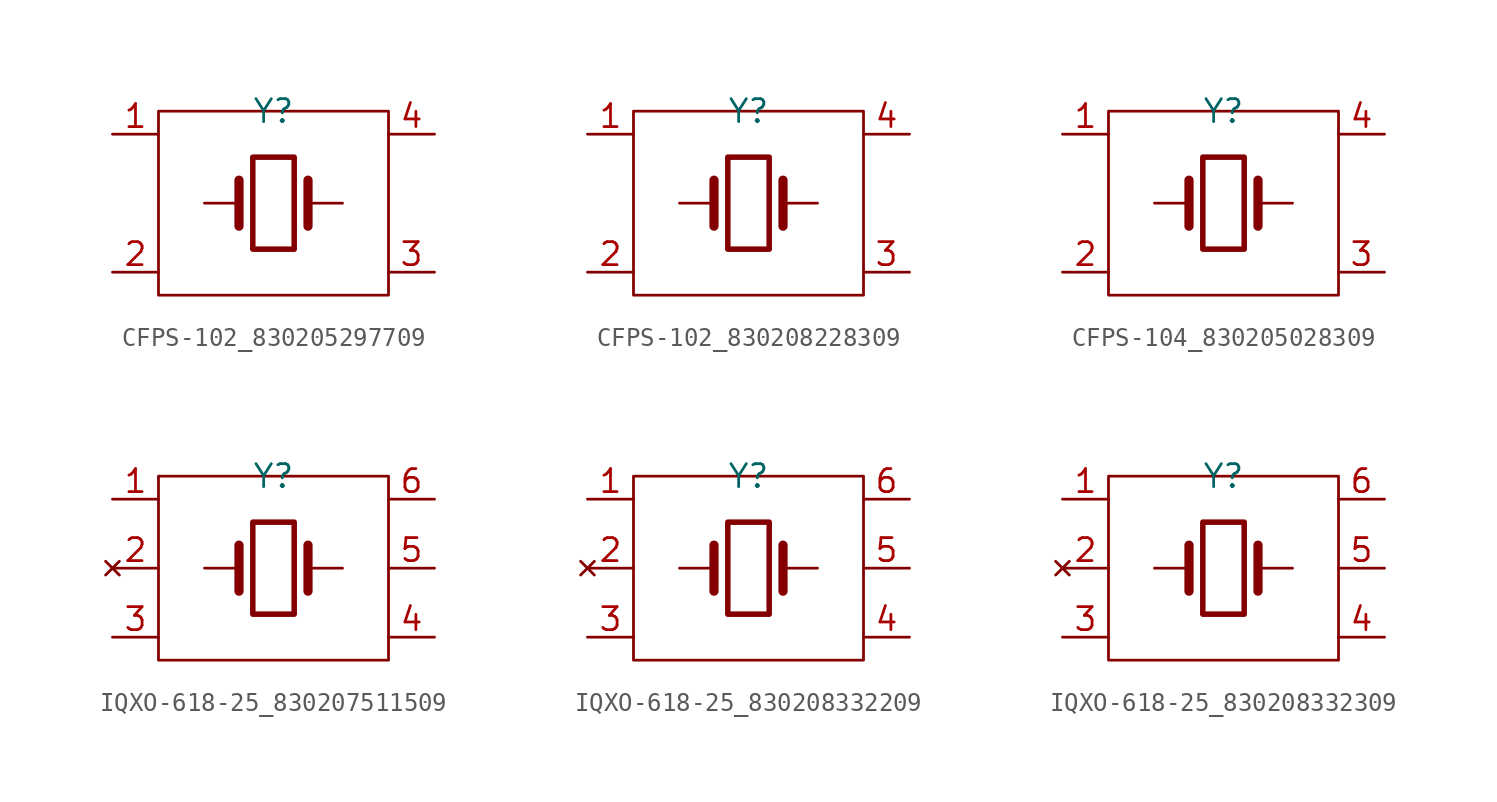
<source format=kicad_sym>
(kicad_symbol_lib
  (version 20220914)
  (generator kicad_symbol_editor)
  (symbol "CFPS-102_830205297709"
    (pin_names hide)
    (property "Reference" "Y"
      (at 0 5.08 0)
      (effects (font (size 1.27 1.27))))
    (property "Critical Parameter" ""
      (at 0 -5.08 0)
      (effects (font (size 1.27 1.27)) (justify left)))
    (symbol "CFPS-102_830205297709_0_1"
      (rectangle (start -6.35 5.08) (end 6.35 -5.08) (stroke (width 0) (type default)) (fill (type none)))
      (rectangle (start -1.143 2.54) (end 1.143 -2.54) (stroke (width 0.305) (type default)) (fill (type none)))
      (polyline (pts (xy -3.81 0) (xy -1.905 0)) (stroke (width 0) (type default)) (fill (type none)))
      (polyline (pts (xy -1.905 -1.27) (xy -1.905 1.27)) (stroke (width 0.508) (type default)) (fill (type none)))
      (polyline (pts (xy 1.905 -1.27) (xy 1.905 1.27)) (stroke (width 0.508) (type default)) (fill (type none)))
      (polyline (pts (xy 3.81 0) (xy 1.905 0)) (stroke (width 0) (type default)) (fill (type none))))
    (symbol "CFPS-102_830205297709_1_1"
      (pin passive line (at -8.89 3.81 0) (length 2.54) (name "SO" (effects (font (size 1.27 1.27)))) (number "1" (effects (font (size 1.27 1.27)))))
      (pin passive line (at -8.89 -3.81 0) (length 2.54) (name "GND" (effects (font (size 1.27 1.27)))) (number "2" (effects (font (size 1.27 1.27)))))
      (pin passive line (at 8.89 -3.81 180) (length 2.54) (name "OUT" (effects (font (size 1.27 1.27)))) (number "3" (effects (font (size 1.27 1.27)))))
      (pin passive line (at 8.89 3.81 180) (length 2.54) (name "+VS" (effects (font (size 1.27 1.27)))) (number "4" (effects (font (size 1.27 1.27)))))))
  (symbol "CFPS-102_830208228309"
    (pin_names hide)
    (property "Reference" "Y"
      (at 0 5.08 0)
      (effects (font (size 1.27 1.27))))
    (property "Critical Parameter" ""
      (at 0 -5.08 0)
      (effects (font (size 1.27 1.27)) (justify left)))
    (symbol "CFPS-102_830208228309_0_1"
      (rectangle (start -6.35 5.08) (end 6.35 -5.08) (stroke (width 0) (type default)) (fill (type none)))
      (rectangle (start -1.143 2.54) (end 1.143 -2.54) (stroke (width 0.305) (type default)) (fill (type none)))
      (polyline (pts (xy -3.81 0) (xy -1.905 0)) (stroke (width 0) (type default)) (fill (type none)))
      (polyline (pts (xy -1.905 -1.27) (xy -1.905 1.27)) (stroke (width 0.508) (type default)) (fill (type none)))
      (polyline (pts (xy 1.905 -1.27) (xy 1.905 1.27)) (stroke (width 0.508) (type default)) (fill (type none)))
      (polyline (pts (xy 3.81 0) (xy 1.905 0)) (stroke (width 0) (type default)) (fill (type none))))
    (symbol "CFPS-102_830208228309_1_1"
      (pin passive line (at -8.89 3.81 0) (length 2.54) (name "SO" (effects (font (size 1.27 1.27)))) (number "1" (effects (font (size 1.27 1.27)))))
      (pin passive line (at -8.89 -3.81 0) (length 2.54) (name "GND" (effects (font (size 1.27 1.27)))) (number "2" (effects (font (size 1.27 1.27)))))
      (pin passive line (at 8.89 -3.81 180) (length 2.54) (name "OUT" (effects (font (size 1.27 1.27)))) (number "3" (effects (font (size 1.27 1.27)))))
      (pin passive line (at 8.89 3.81 180) (length 2.54) (name "+VS" (effects (font (size 1.27 1.27)))) (number "4" (effects (font (size 1.27 1.27)))))))
  (symbol "CFPS-104_830205028309"
    (pin_names hide)
    (property "Reference" "Y"
      (at 0 5.08 0)
      (effects (font (size 1.27 1.27))))
    (property "Critical Parameter" ""
      (at 0 -5.08 0)
      (effects (font (size 1.27 1.27)) (justify left)))
    (symbol "CFPS-104_830205028309_0_1"
      (rectangle (start -6.35 5.08) (end 6.35 -5.08) (stroke (width 0) (type default)) (fill (type none)))
      (rectangle (start -1.143 2.54) (end 1.143 -2.54) (stroke (width 0.305) (type default)) (fill (type none)))
      (polyline (pts (xy -3.81 0) (xy -1.905 0)) (stroke (width 0) (type default)) (fill (type none)))
      (polyline (pts (xy -1.905 -1.27) (xy -1.905 1.27)) (stroke (width 0.508) (type default)) (fill (type none)))
      (polyline (pts (xy 1.905 -1.27) (xy 1.905 1.27)) (stroke (width 0.508) (type default)) (fill (type none)))
      (polyline (pts (xy 3.81 0) (xy 1.905 0)) (stroke (width 0) (type default)) (fill (type none))))
    (symbol "CFPS-104_830205028309_1_1"
      (pin passive line (at -8.89 3.81 0) (length 2.54) (name "SO" (effects (font (size 1.27 1.27)))) (number "1" (effects (font (size 1.27 1.27)))))
      (pin passive line (at -8.89 -3.81 0) (length 2.54) (name "GND" (effects (font (size 1.27 1.27)))) (number "2" (effects (font (size 1.27 1.27)))))
      (pin passive line (at 8.89 -3.81 180) (length 2.54) (name "OUT" (effects (font (size 1.27 1.27)))) (number "3" (effects (font (size 1.27 1.27)))))
      (pin passive line (at 8.89 3.81 180) (length 2.54) (name "+VS" (effects (font (size 1.27 1.27)))) (number "4" (effects (font (size 1.27 1.27)))))))
  (symbol "IQXO-618-25_830207511509"
    (pin_names hide)
    (property "Reference" "Y"
      (at 0 5.08 0)
      (effects (font (size 1.27 1.27))))
    (property "Critical Parameter" ""
      (at 0 -5.08 0)
      (effects (font (size 1.27 1.27)) (justify left)))
    (symbol "IQXO-618-25_830207511509_0_1"
      (rectangle (start -6.35 5.08) (end 6.35 -5.08) (stroke (width 0) (type default)) (fill (type none)))
      (rectangle (start -1.143 2.54) (end 1.143 -2.54) (stroke (width 0.305) (type default)) (fill (type none)))
      (polyline (pts (xy -3.81 0) (xy -1.905 0)) (stroke (width 0) (type default)) (fill (type none)))
      (polyline (pts (xy -1.905 -1.27) (xy -1.905 1.27)) (stroke (width 0.508) (type default)) (fill (type none)))
      (polyline (pts (xy 1.905 -1.27) (xy 1.905 1.27)) (stroke (width 0.508) (type default)) (fill (type none)))
      (polyline (pts (xy 3.81 0) (xy 1.905 0)) (stroke (width 0) (type default)) (fill (type none))))
    (symbol "IQXO-618-25_830207511509_1_1"
      (pin passive line (at -8.89 3.81 0) (length 2.54) (name "E/D" (effects (font (size 1.27 1.27)))) (number "1" (effects (font (size 1.27 1.27)))))
      (pin no_connect line (at -8.89 0 0) (length 2.54) (name "NC" (effects (font (size 1.27 1.27)))) (number "2" (effects (font (size 1.27 1.27)))))
      (pin passive line (at -8.89 -3.81 0) (length 2.54) (name "GND" (effects (font (size 1.27 1.27)))) (number "3" (effects (font (size 1.27 1.27)))))
      (pin passive line (at 8.89 -3.81 180) (length 2.54) (name "OUT+" (effects (font (size 1.27 1.27)))) (number "4" (effects (font (size 1.27 1.27)))))
      (pin passive line (at 8.89 0 180) (length 2.54) (name "OUT-" (effects (font (size 1.27 1.27)))) (number "5" (effects (font (size 1.27 1.27)))))
      (pin passive line (at 8.89 3.81 180) (length 2.54) (name "+VS" (effects (font (size 1.27 1.27)))) (number "6" (effects (font (size 1.27 1.27)))))))
  (symbol "IQXO-618-25_830208332209"
    (pin_names hide)
    (property "Reference" "Y"
      (at 0 5.08 0)
      (effects (font (size 1.27 1.27))))
    (property "Critical Parameter" ""
      (at 0 -5.08 0)
      (effects (font (size 1.27 1.27)) (justify left)))
    (symbol "IQXO-618-25_830208332209_0_1"
      (rectangle (start -6.35 5.08) (end 6.35 -5.08) (stroke (width 0) (type default)) (fill (type none)))
      (rectangle (start -1.143 2.54) (end 1.143 -2.54) (stroke (width 0.305) (type default)) (fill (type none)))
      (polyline (pts (xy -3.81 0) (xy -1.905 0)) (stroke (width 0) (type default)) (fill (type none)))
      (polyline (pts (xy -1.905 -1.27) (xy -1.905 1.27)) (stroke (width 0.508) (type default)) (fill (type none)))
      (polyline (pts (xy 1.905 -1.27) (xy 1.905 1.27)) (stroke (width 0.508) (type default)) (fill (type none)))
      (polyline (pts (xy 3.81 0) (xy 1.905 0)) (stroke (width 0) (type default)) (fill (type none))))
    (symbol "IQXO-618-25_830208332209_1_1"
      (pin passive line (at -8.89 3.81 0) (length 2.54) (name "E/D" (effects (font (size 1.27 1.27)))) (number "1" (effects (font (size 1.27 1.27)))))
      (pin no_connect line (at -8.89 0 0) (length 2.54) (name "NC" (effects (font (size 1.27 1.27)))) (number "2" (effects (font (size 1.27 1.27)))))
      (pin passive line (at -8.89 -3.81 0) (length 2.54) (name "GND" (effects (font (size 1.27 1.27)))) (number "3" (effects (font (size 1.27 1.27)))))
      (pin passive line (at 8.89 -3.81 180) (length 2.54) (name "OUT+" (effects (font (size 1.27 1.27)))) (number "4" (effects (font (size 1.27 1.27)))))
      (pin passive line (at 8.89 0 180) (length 2.54) (name "OUT-" (effects (font (size 1.27 1.27)))) (number "5" (effects (font (size 1.27 1.27)))))
      (pin passive line (at 8.89 3.81 180) (length 2.54) (name "+VS" (effects (font (size 1.27 1.27)))) (number "6" (effects (font (size 1.27 1.27)))))))
  (symbol "IQXO-618-25_830208332309"
    (pin_names hide)
    (property "Reference" "Y"
      (at 0 5.08 0)
      (effects (font (size 1.27 1.27))))
    (property "Critical Parameter" ""
      (at 0 -5.08 0)
      (effects (font (size 1.27 1.27)) (justify left)))
    (symbol "IQXO-618-25_830208332309_0_1"
      (rectangle (start -6.35 5.08) (end 6.35 -5.08) (stroke (width 0) (type default)) (fill (type none)))
      (rectangle (start -1.143 2.54) (end 1.143 -2.54) (stroke (width 0.305) (type default)) (fill (type none)))
      (polyline (pts (xy -3.81 0) (xy -1.905 0)) (stroke (width 0) (type default)) (fill (type none)))
      (polyline (pts (xy -1.905 -1.27) (xy -1.905 1.27)) (stroke (width 0.508) (type default)) (fill (type none)))
      (polyline (pts (xy 1.905 -1.27) (xy 1.905 1.27)) (stroke (width 0.508) (type default)) (fill (type none)))
      (polyline (pts (xy 3.81 0) (xy 1.905 0)) (stroke (width 0) (type default)) (fill (type none))))
    (symbol "IQXO-618-25_830208332309_1_1"
      (pin passive line (at -8.89 3.81 0) (length 2.54) (name "E/D" (effects (font (size 1.27 1.27)))) (number "1" (effects (font (size 1.27 1.27)))))
      (pin no_connect line (at -8.89 0 0) (length 2.54) (name "NC" (effects (font (size 1.27 1.27)))) (number "2" (effects (font (size 1.27 1.27)))))
      (pin passive line (at -8.89 -3.81 0) (length 2.54) (name "GND" (effects (font (size 1.27 1.27)))) (number "3" (effects (font (size 1.27 1.27)))))
      (pin passive line (at 8.89 -3.81 180) (length 2.54) (name "OUT+" (effects (font (size 1.27 1.27)))) (number "4" (effects (font (size 1.27 1.27)))))
      (pin passive line (at 8.89 0 180) (length 2.54) (name "OUT-" (effects (font (size 1.27 1.27)))) (number "5" (effects (font (size 1.27 1.27)))))
      (pin passive line (at 8.89 3.81 180) (length 2.54) (name "+VS" (effects (font (size 1.27 1.27)))) (number "6" (effects (font (size 1.27 1.27))))))))
</source>
